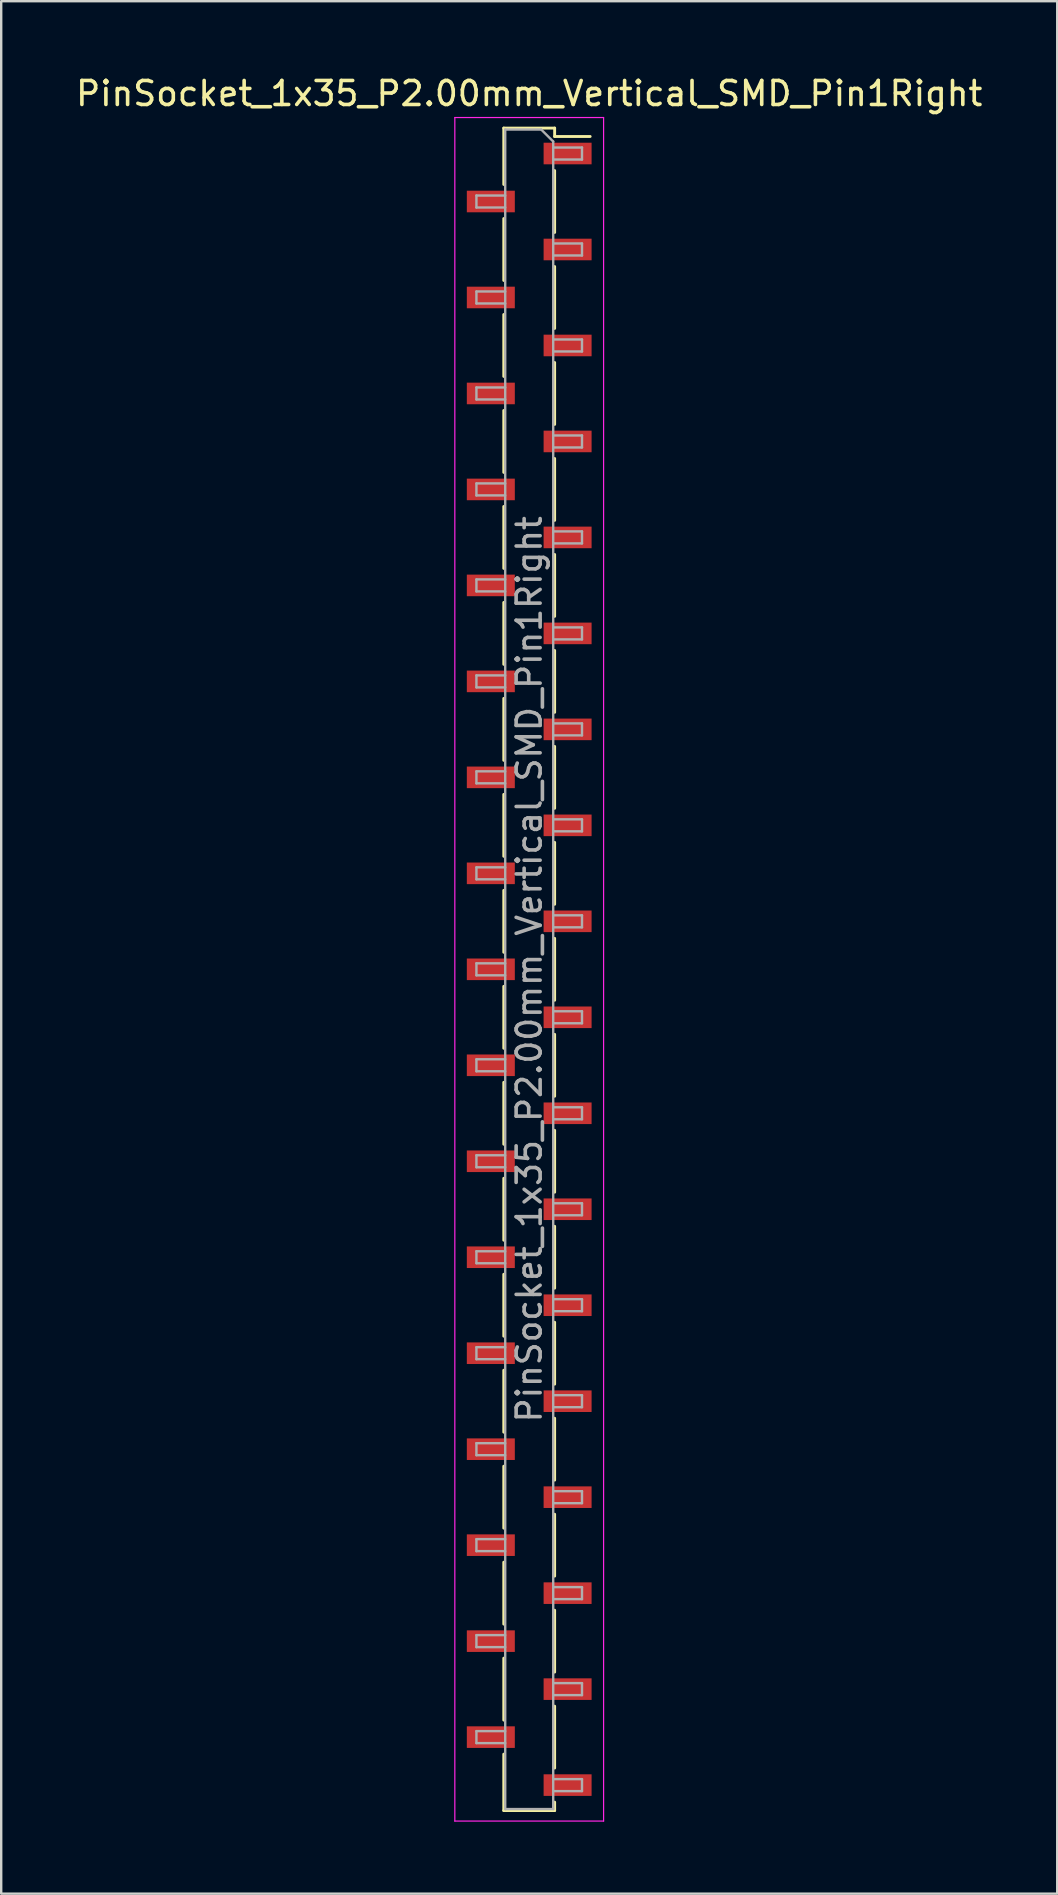
<source format=kicad_pcb>
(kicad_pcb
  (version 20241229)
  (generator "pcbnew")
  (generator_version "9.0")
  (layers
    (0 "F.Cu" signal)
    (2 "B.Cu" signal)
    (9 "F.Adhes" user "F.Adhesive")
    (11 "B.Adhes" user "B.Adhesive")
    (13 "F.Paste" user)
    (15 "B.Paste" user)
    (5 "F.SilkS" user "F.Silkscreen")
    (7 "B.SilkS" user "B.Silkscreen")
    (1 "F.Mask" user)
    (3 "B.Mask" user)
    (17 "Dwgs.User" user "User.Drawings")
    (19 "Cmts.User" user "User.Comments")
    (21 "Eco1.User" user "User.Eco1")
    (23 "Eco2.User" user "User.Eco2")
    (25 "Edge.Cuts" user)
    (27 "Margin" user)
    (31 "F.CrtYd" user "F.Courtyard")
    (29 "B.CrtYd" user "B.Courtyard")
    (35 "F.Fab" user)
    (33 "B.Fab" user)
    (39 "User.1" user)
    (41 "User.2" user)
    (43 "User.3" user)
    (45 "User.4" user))
  (footprint "PinSocket_1x35_P2.00mm_Vertical_SMD_Pin1Right"
    (layer "F.Cu")
    (at 19.006 37.348)
    (property "Reference" "PinSocket_1x35_P2.00mm_Vertical_SMD_Pin1Right" (at 0 -36.5 0) (layer "F.SilkS") (effects (font (size 1 1) (thickness 0.15))))
    (attr smd)
    (fp_line (start -1.06 -35.06) (end -1.06 -32.71) (stroke (width 0.12) (type solid)) (layer "F.SilkS"))
    (fp_line (start -1.06 -35.06) (end 1.06 -35.06) (stroke (width 0.12) (type solid)) (layer "F.SilkS"))
    (fp_line (start -1.06 -31.29) (end -1.06 -28.71) (stroke (width 0.12) (type solid)) (layer "F.SilkS"))
    (fp_line (start -1.06 -27.29) (end -1.06 -24.71) (stroke (width 0.12) (type solid)) (layer "F.SilkS"))
    (fp_line (start -1.06 -23.29) (end -1.06 -20.71) (stroke (width 0.12) (type solid)) (layer "F.SilkS"))
    (fp_line (start -1.06 -19.29) (end -1.06 -16.71) (stroke (width 0.12) (type solid)) (layer "F.SilkS"))
    (fp_line (start -1.06 -15.29) (end -1.06 -12.71) (stroke (width 0.12) (type solid)) (layer "F.SilkS"))
    (fp_line (start -1.06 -11.29) (end -1.06 -8.71) (stroke (width 0.12) (type solid)) (layer "F.SilkS"))
    (fp_line (start -1.06 -7.29) (end -1.06 -4.71) (stroke (width 0.12) (type solid)) (layer "F.SilkS"))
    (fp_line (start -1.06 -3.29) (end -1.06 -0.71) (stroke (width 0.12) (type solid)) (layer "F.SilkS"))
    (fp_line (start -1.06 0.71) (end -1.06 3.29) (stroke (width 0.12) (type solid)) (layer "F.SilkS"))
    (fp_line (start -1.06 4.71) (end -1.06 7.29) (stroke (width 0.12) (type solid)) (layer "F.SilkS"))
    (fp_line (start -1.06 8.71) (end -1.06 11.29) (stroke (width 0.12) (type solid)) (layer "F.SilkS"))
    (fp_line (start -1.06 12.71) (end -1.06 15.29) (stroke (width 0.12) (type solid)) (layer "F.SilkS"))
    (fp_line (start -1.06 16.71) (end -1.06 19.29) (stroke (width 0.12) (type solid)) (layer "F.SilkS"))
    (fp_line (start -1.06 20.71) (end -1.06 23.29) (stroke (width 0.12) (type solid)) (layer "F.SilkS"))
    (fp_line (start -1.06 24.71) (end -1.06 27.29) (stroke (width 0.12) (type solid)) (layer "F.SilkS"))
    (fp_line (start -1.06 28.71) (end -1.06 31.29) (stroke (width 0.12) (type solid)) (layer "F.SilkS"))
    (fp_line (start -1.06 32.71) (end -1.06 35.06) (stroke (width 0.12) (type solid)) (layer "F.SilkS"))
    (fp_line (start -1.06 35.06) (end 1.06 35.06) (stroke (width 0.12) (type solid)) (layer "F.SilkS"))
    (fp_line (start 1.06 -35.06) (end 1.06 -34.71) (stroke (width 0.12) (type solid)) (layer "F.SilkS"))
    (fp_line (start 1.06 -34.71) (end 2.54 -34.71) (stroke (width 0.12) (type solid)) (layer "F.SilkS"))
    (fp_line (start 1.06 -33.29) (end 1.06 -30.71) (stroke (width 0.12) (type solid)) (layer "F.SilkS"))
    (fp_line (start 1.06 -29.29) (end 1.06 -26.71) (stroke (width 0.12) (type solid)) (layer "F.SilkS"))
    (fp_line (start 1.06 -25.29) (end 1.06 -22.71) (stroke (width 0.12) (type solid)) (layer "F.SilkS"))
    (fp_line (start 1.06 -21.29) (end 1.06 -18.71) (stroke (width 0.12) (type solid)) (layer "F.SilkS"))
    (fp_line (start 1.06 -17.29) (end 1.06 -14.71) (stroke (width 0.12) (type solid)) (layer "F.SilkS"))
    (fp_line (start 1.06 -13.29) (end 1.06 -10.71) (stroke (width 0.12) (type solid)) (layer "F.SilkS"))
    (fp_line (start 1.06 -9.29) (end 1.06 -6.71) (stroke (width 0.12) (type solid)) (layer "F.SilkS"))
    (fp_line (start 1.06 -5.29) (end 1.06 -2.71) (stroke (width 0.12) (type solid)) (layer "F.SilkS"))
    (fp_line (start 1.06 -1.29) (end 1.06 1.29) (stroke (width 0.12) (type solid)) (layer "F.SilkS"))
    (fp_line (start 1.06 2.71) (end 1.06 5.29) (stroke (width 0.12) (type solid)) (layer "F.SilkS"))
    (fp_line (start 1.06 6.71) (end 1.06 9.29) (stroke (width 0.12) (type solid)) (layer "F.SilkS"))
    (fp_line (start 1.06 10.71) (end 1.06 13.29) (stroke (width 0.12) (type solid)) (layer "F.SilkS"))
    (fp_line (start 1.06 14.71) (end 1.06 17.29) (stroke (width 0.12) (type solid)) (layer "F.SilkS"))
    (fp_line (start 1.06 18.71) (end 1.06 21.29) (stroke (width 0.12) (type solid)) (layer "F.SilkS"))
    (fp_line (start 1.06 22.71) (end 1.06 25.29) (stroke (width 0.12) (type solid)) (layer "F.SilkS"))
    (fp_line (start 1.06 26.71) (end 1.06 29.29) (stroke (width 0.12) (type solid)) (layer "F.SilkS"))
    (fp_line (start 1.06 30.71) (end 1.06 33.29) (stroke (width 0.12) (type solid)) (layer "F.SilkS"))
    (fp_line (start 1.06 34.71) (end 1.06 35.06) (stroke (width 0.12) (type solid)) (layer "F.SilkS"))
    (fp_line (start -3.1 -35.5) (end 3.1 -35.5) (stroke (width 0.05) (type solid)) (layer "F.CrtYd"))
    (fp_line (start -3.1 35.5) (end -3.1 -35.5) (stroke (width 0.05) (type solid)) (layer "F.CrtYd"))
    (fp_line (start 3.1 -35.5) (end 3.1 35.5) (stroke (width 0.05) (type solid)) (layer "F.CrtYd"))
    (fp_line (start 3.1 35.5) (end -3.1 35.5) (stroke (width 0.05) (type solid)) (layer "F.CrtYd"))
    (fp_line (start -2.2 -32.25) (end -1 -32.25) (stroke (width 0.1) (type solid)) (layer "F.Fab"))
    (fp_line (start -2.2 -31.75) (end -2.2 -32.25) (stroke (width 0.1) (type solid)) (layer "F.Fab"))
    (fp_line (start -2.2 -28.25) (end -1 -28.25) (stroke (width 0.1) (type solid)) (layer "F.Fab"))
    (fp_line (start -2.2 -27.75) (end -2.2 -28.25) (stroke (width 0.1) (type solid)) (layer "F.Fab"))
    (fp_line (start -2.2 -24.25) (end -1 -24.25) (stroke (width 0.1) (type solid)) (layer "F.Fab"))
    (fp_line (start -2.2 -23.75) (end -2.2 -24.25) (stroke (width 0.1) (type solid)) (layer "F.Fab"))
    (fp_line (start -2.2 -20.25) (end -1 -20.25) (stroke (width 0.1) (type solid)) (layer "F.Fab"))
    (fp_line (start -2.2 -19.75) (end -2.2 -20.25) (stroke (width 0.1) (type solid)) (layer "F.Fab"))
    (fp_line (start -2.2 -16.25) (end -1 -16.25) (stroke (width 0.1) (type solid)) (layer "F.Fab"))
    (fp_line (start -2.2 -15.75) (end -2.2 -16.25) (stroke (width 0.1) (type solid)) (layer "F.Fab"))
    (fp_line (start -2.2 -12.25) (end -1 -12.25) (stroke (width 0.1) (type solid)) (layer "F.Fab"))
    (fp_line (start -2.2 -11.75) (end -2.2 -12.25) (stroke (width 0.1) (type solid)) (layer "F.Fab"))
    (fp_line (start -2.2 -8.25) (end -1 -8.25) (stroke (width 0.1) (type solid)) (layer "F.Fab"))
    (fp_line (start -2.2 -7.75) (end -2.2 -8.25) (stroke (width 0.1) (type solid)) (layer "F.Fab"))
    (fp_line (start -2.2 -4.25) (end -1 -4.25) (stroke (width 0.1) (type solid)) (layer "F.Fab"))
    (fp_line (start -2.2 -3.75) (end -2.2 -4.25) (stroke (width 0.1) (type solid)) (layer "F.Fab"))
    (fp_line (start -2.2 -0.25) (end -1 -0.25) (stroke (width 0.1) (type solid)) (layer "F.Fab"))
    (fp_line (start -2.2 0.25) (end -2.2 -0.25) (stroke (width 0.1) (type solid)) (layer "F.Fab"))
    (fp_line (start -2.2 3.75) (end -1 3.75) (stroke (width 0.1) (type solid)) (layer "F.Fab"))
    (fp_line (start -2.2 4.25) (end -2.2 3.75) (stroke (width 0.1) (type solid)) (layer "F.Fab"))
    (fp_line (start -2.2 7.75) (end -1 7.75) (stroke (width 0.1) (type solid)) (layer "F.Fab"))
    (fp_line (start -2.2 8.25) (end -2.2 7.75) (stroke (width 0.1) (type solid)) (layer "F.Fab"))
    (fp_line (start -2.2 11.75) (end -1 11.75) (stroke (width 0.1) (type solid)) (layer "F.Fab"))
    (fp_line (start -2.2 12.25) (end -2.2 11.75) (stroke (width 0.1) (type solid)) (layer "F.Fab"))
    (fp_line (start -2.2 15.75) (end -1 15.75) (stroke (width 0.1) (type solid)) (layer "F.Fab"))
    (fp_line (start -2.2 16.25) (end -2.2 15.75) (stroke (width 0.1) (type solid)) (layer "F.Fab"))
    (fp_line (start -2.2 19.75) (end -1 19.75) (stroke (width 0.1) (type solid)) (layer "F.Fab"))
    (fp_line (start -2.2 20.25) (end -2.2 19.75) (stroke (width 0.1) (type solid)) (layer "F.Fab"))
    (fp_line (start -2.2 23.75) (end -1 23.75) (stroke (width 0.1) (type solid)) (layer "F.Fab"))
    (fp_line (start -2.2 24.25) (end -2.2 23.75) (stroke (width 0.1) (type solid)) (layer "F.Fab"))
    (fp_line (start -2.2 27.75) (end -1 27.75) (stroke (width 0.1) (type solid)) (layer "F.Fab"))
    (fp_line (start -2.2 28.25) (end -2.2 27.75) (stroke (width 0.1) (type solid)) (layer "F.Fab"))
    (fp_line (start -2.2 31.75) (end -1 31.75) (stroke (width 0.1) (type solid)) (layer "F.Fab"))
    (fp_line (start -2.2 32.25) (end -2.2 31.75) (stroke (width 0.1) (type solid)) (layer "F.Fab"))
    (fp_line (start -1 -35) (end 0.5 -35) (stroke (width 0.1) (type solid)) (layer "F.Fab"))
    (fp_line (start -1 -31.75) (end -2.2 -31.75) (stroke (width 0.1) (type solid)) (layer "F.Fab"))
    (fp_line (start -1 -27.75) (end -2.2 -27.75) (stroke (width 0.1) (type solid)) (layer "F.Fab"))
    (fp_line (start -1 -23.75) (end -2.2 -23.75) (stroke (width 0.1) (type solid)) (layer "F.Fab"))
    (fp_line (start -1 -19.75) (end -2.2 -19.75) (stroke (width 0.1) (type solid)) (layer "F.Fab"))
    (fp_line (start -1 -15.75) (end -2.2 -15.75) (stroke (width 0.1) (type solid)) (layer "F.Fab"))
    (fp_line (start -1 -11.75) (end -2.2 -11.75) (stroke (width 0.1) (type solid)) (layer "F.Fab"))
    (fp_line (start -1 -7.75) (end -2.2 -7.75) (stroke (width 0.1) (type solid)) (layer "F.Fab"))
    (fp_line (start -1 -3.75) (end -2.2 -3.75) (stroke (width 0.1) (type solid)) (layer "F.Fab"))
    (fp_line (start -1 0.25) (end -2.2 0.25) (stroke (width 0.1) (type solid)) (layer "F.Fab"))
    (fp_line (start -1 4.25) (end -2.2 4.25) (stroke (width 0.1) (type solid)) (layer "F.Fab"))
    (fp_line (start -1 8.25) (end -2.2 8.25) (stroke (width 0.1) (type solid)) (layer "F.Fab"))
    (fp_line (start -1 12.25) (end -2.2 12.25) (stroke (width 0.1) (type solid)) (layer "F.Fab"))
    (fp_line (start -1 16.25) (end -2.2 16.25) (stroke (width 0.1) (type solid)) (layer "F.Fab"))
    (fp_line (start -1 20.25) (end -2.2 20.25) (stroke (width 0.1) (type solid)) (layer "F.Fab"))
    (fp_line (start -1 24.25) (end -2.2 24.25) (stroke (width 0.1) (type solid)) (layer "F.Fab"))
    (fp_line (start -1 28.25) (end -2.2 28.25) (stroke (width 0.1) (type solid)) (layer "F.Fab"))
    (fp_line (start -1 32.25) (end -2.2 32.25) (stroke (width 0.1) (type solid)) (layer "F.Fab"))
    (fp_line (start -1 35) (end -1 -35) (stroke (width 0.1) (type solid)) (layer "F.Fab"))
    (fp_line (start 0.5 -35) (end 1 -34.5) (stroke (width 0.1) (type solid)) (layer "F.Fab"))
    (fp_line (start 1 -34.5) (end 1 35) (stroke (width 0.1) (type solid)) (layer "F.Fab"))
    (fp_line (start 1 -34.25) (end 2.2 -34.25) (stroke (width 0.1) (type solid)) (layer "F.Fab"))
    (fp_line (start 1 -30.25) (end 2.2 -30.25) (stroke (width 0.1) (type solid)) (layer "F.Fab"))
    (fp_line (start 1 -26.25) (end 2.2 -26.25) (stroke (width 0.1) (type solid)) (layer "F.Fab"))
    (fp_line (start 1 -22.25) (end 2.2 -22.25) (stroke (width 0.1) (type solid)) (layer "F.Fab"))
    (fp_line (start 1 -18.25) (end 2.2 -18.25) (stroke (width 0.1) (type solid)) (layer "F.Fab"))
    (fp_line (start 1 -14.25) (end 2.2 -14.25) (stroke (width 0.1) (type solid)) (layer "F.Fab"))
    (fp_line (start 1 -10.25) (end 2.2 -10.25) (stroke (width 0.1) (type solid)) (layer "F.Fab"))
    (fp_line (start 1 -6.25) (end 2.2 -6.25) (stroke (width 0.1) (type solid)) (layer "F.Fab"))
    (fp_line (start 1 -2.25) (end 2.2 -2.25) (stroke (width 0.1) (type solid)) (layer "F.Fab"))
    (fp_line (start 1 1.75) (end 2.2 1.75) (stroke (width 0.1) (type solid)) (layer "F.Fab"))
    (fp_line (start 1 5.75) (end 2.2 5.75) (stroke (width 0.1) (type solid)) (layer "F.Fab"))
    (fp_line (start 1 9.75) (end 2.2 9.75) (stroke (width 0.1) (type solid)) (layer "F.Fab"))
    (fp_line (start 1 13.75) (end 2.2 13.75) (stroke (width 0.1) (type solid)) (layer "F.Fab"))
    (fp_line (start 1 17.75) (end 2.2 17.75) (stroke (width 0.1) (type solid)) (layer "F.Fab"))
    (fp_line (start 1 21.75) (end 2.2 21.75) (stroke (width 0.1) (type solid)) (layer "F.Fab"))
    (fp_line (start 1 25.75) (end 2.2 25.75) (stroke (width 0.1) (type solid)) (layer "F.Fab"))
    (fp_line (start 1 29.75) (end 2.2 29.75) (stroke (width 0.1) (type solid)) (layer "F.Fab"))
    (fp_line (start 1 33.75) (end 2.2 33.75) (stroke (width 0.1) (type solid)) (layer "F.Fab"))
    (fp_line (start 1 35) (end -1 35) (stroke (width 0.1) (type solid)) (layer "F.Fab"))
    (fp_line (start 2.2 -34.25) (end 2.2 -33.75) (stroke (width 0.1) (type solid)) (layer "F.Fab"))
    (fp_line (start 2.2 -33.75) (end 1 -33.75) (stroke (width 0.1) (type solid)) (layer "F.Fab"))
    (fp_line (start 2.2 -30.25) (end 2.2 -29.75) (stroke (width 0.1) (type solid)) (layer "F.Fab"))
    (fp_line (start 2.2 -29.75) (end 1 -29.75) (stroke (width 0.1) (type solid)) (layer "F.Fab"))
    (fp_line (start 2.2 -26.25) (end 2.2 -25.75) (stroke (width 0.1) (type solid)) (layer "F.Fab"))
    (fp_line (start 2.2 -25.75) (end 1 -25.75) (stroke (width 0.1) (type solid)) (layer "F.Fab"))
    (fp_line (start 2.2 -22.25) (end 2.2 -21.75) (stroke (width 0.1) (type solid)) (layer "F.Fab"))
    (fp_line (start 2.2 -21.75) (end 1 -21.75) (stroke (width 0.1) (type solid)) (layer "F.Fab"))
    (fp_line (start 2.2 -18.25) (end 2.2 -17.75) (stroke (width 0.1) (type solid)) (layer "F.Fab"))
    (fp_line (start 2.2 -17.75) (end 1 -17.75) (stroke (width 0.1) (type solid)) (layer "F.Fab"))
    (fp_line (start 2.2 -14.25) (end 2.2 -13.75) (stroke (width 0.1) (type solid)) (layer "F.Fab"))
    (fp_line (start 2.2 -13.75) (end 1 -13.75) (stroke (width 0.1) (type solid)) (layer "F.Fab"))
    (fp_line (start 2.2 -10.25) (end 2.2 -9.75) (stroke (width 0.1) (type solid)) (layer "F.Fab"))
    (fp_line (start 2.2 -9.75) (end 1 -9.75) (stroke (width 0.1) (type solid)) (layer "F.Fab"))
    (fp_line (start 2.2 -6.25) (end 2.2 -5.75) (stroke (width 0.1) (type solid)) (layer "F.Fab"))
    (fp_line (start 2.2 -5.75) (end 1 -5.75) (stroke (width 0.1) (type solid)) (layer "F.Fab"))
    (fp_line (start 2.2 -2.25) (end 2.2 -1.75) (stroke (width 0.1) (type solid)) (layer "F.Fab"))
    (fp_line (start 2.2 -1.75) (end 1 -1.75) (stroke (width 0.1) (type solid)) (layer "F.Fab"))
    (fp_line (start 2.2 1.75) (end 2.2 2.25) (stroke (width 0.1) (type solid)) (layer "F.Fab"))
    (fp_line (start 2.2 2.25) (end 1 2.25) (stroke (width 0.1) (type solid)) (layer "F.Fab"))
    (fp_line (start 2.2 5.75) (end 2.2 6.25) (stroke (width 0.1) (type solid)) (layer "F.Fab"))
    (fp_line (start 2.2 6.25) (end 1 6.25) (stroke (width 0.1) (type solid)) (layer "F.Fab"))
    (fp_line (start 2.2 9.75) (end 2.2 10.25) (stroke (width 0.1) (type solid)) (layer "F.Fab"))
    (fp_line (start 2.2 10.25) (end 1 10.25) (stroke (width 0.1) (type solid)) (layer "F.Fab"))
    (fp_line (start 2.2 13.75) (end 2.2 14.25) (stroke (width 0.1) (type solid)) (layer "F.Fab"))
    (fp_line (start 2.2 14.25) (end 1 14.25) (stroke (width 0.1) (type solid)) (layer "F.Fab"))
    (fp_line (start 2.2 17.75) (end 2.2 18.25) (stroke (width 0.1) (type solid)) (layer "F.Fab"))
    (fp_line (start 2.2 18.25) (end 1 18.25) (stroke (width 0.1) (type solid)) (layer "F.Fab"))
    (fp_line (start 2.2 21.75) (end 2.2 22.25) (stroke (width 0.1) (type solid)) (layer "F.Fab"))
    (fp_line (start 2.2 22.25) (end 1 22.25) (stroke (width 0.1) (type solid)) (layer "F.Fab"))
    (fp_line (start 2.2 25.75) (end 2.2 26.25) (stroke (width 0.1) (type solid)) (layer "F.Fab"))
    (fp_line (start 2.2 26.25) (end 1 26.25) (stroke (width 0.1) (type solid)) (layer "F.Fab"))
    (fp_line (start 2.2 29.75) (end 2.2 30.25) (stroke (width 0.1) (type solid)) (layer "F.Fab"))
    (fp_line (start 2.2 30.25) (end 1 30.25) (stroke (width 0.1) (type solid)) (layer "F.Fab"))
    (fp_line (start 2.2 33.75) (end 2.2 34.25) (stroke (width 0.1) (type solid)) (layer "F.Fab"))
    (fp_line (start 2.2 34.25) (end 1 34.25) (stroke (width 0.1) (type solid)) (layer "F.Fab"))
    (fp_text user "${REFERENCE}" (at 0 0 90) (layer "F.Fab") (effects (font (size 1 1) (thickness 0.15))))
    (pad "1" smd rect (at 1.6 -34) (size 2 0.9) (layers "F.Cu" "F.Mask" "F.Paste"))
    (pad "2" smd rect (at -1.6 -32) (size 2 0.9) (layers "F.Cu" "F.Mask" "F.Paste"))
    (pad "3" smd rect (at 1.6 -30) (size 2 0.9) (layers "F.Cu" "F.Mask" "F.Paste"))
    (pad "4" smd rect (at -1.6 -28) (size 2 0.9) (layers "F.Cu" "F.Mask" "F.Paste"))
    (pad "5" smd rect (at 1.6 -26) (size 2 0.9) (layers "F.Cu" "F.Mask" "F.Paste"))
    (pad "6" smd rect (at -1.6 -24) (size 2 0.9) (layers "F.Cu" "F.Mask" "F.Paste"))
    (pad "7" smd rect (at 1.6 -22) (size 2 0.9) (layers "F.Cu" "F.Mask" "F.Paste"))
    (pad "8" smd rect (at -1.6 -20) (size 2 0.9) (layers "F.Cu" "F.Mask" "F.Paste"))
    (pad "9" smd rect (at 1.6 -18) (size 2 0.9) (layers "F.Cu" "F.Mask" "F.Paste"))
    (pad "10" smd rect (at -1.6 -16) (size 2 0.9) (layers "F.Cu" "F.Mask" "F.Paste"))
    (pad "11" smd rect (at 1.6 -14) (size 2 0.9) (layers "F.Cu" "F.Mask" "F.Paste"))
    (pad "12" smd rect (at -1.6 -12) (size 2 0.9) (layers "F.Cu" "F.Mask" "F.Paste"))
    (pad "13" smd rect (at 1.6 -10) (size 2 0.9) (layers "F.Cu" "F.Mask" "F.Paste"))
    (pad "14" smd rect (at -1.6 -8) (size 2 0.9) (layers "F.Cu" "F.Mask" "F.Paste"))
    (pad "15" smd rect (at 1.6 -6) (size 2 0.9) (layers "F.Cu" "F.Mask" "F.Paste"))
    (pad "16" smd rect (at -1.6 -4) (size 2 0.9) (layers "F.Cu" "F.Mask" "F.Paste"))
    (pad "17" smd rect (at 1.6 -2) (size 2 0.9) (layers "F.Cu" "F.Mask" "F.Paste"))
    (pad "18" smd rect (at -1.6 0) (size 2 0.9) (layers "F.Cu" "F.Mask" "F.Paste"))
    (pad "19" smd rect (at 1.6 2) (size 2 0.9) (layers "F.Cu" "F.Mask" "F.Paste"))
    (pad "20" smd rect (at -1.6 4) (size 2 0.9) (layers "F.Cu" "F.Mask" "F.Paste"))
    (pad "21" smd rect (at 1.6 6) (size 2 0.9) (layers "F.Cu" "F.Mask" "F.Paste"))
    (pad "22" smd rect (at -1.6 8) (size 2 0.9) (layers "F.Cu" "F.Mask" "F.Paste"))
    (pad "23" smd rect (at 1.6 10) (size 2 0.9) (layers "F.Cu" "F.Mask" "F.Paste"))
    (pad "24" smd rect (at -1.6 12) (size 2 0.9) (layers "F.Cu" "F.Mask" "F.Paste"))
    (pad "25" smd rect (at 1.6 14) (size 2 0.9) (layers "F.Cu" "F.Mask" "F.Paste"))
    (pad "26" smd rect (at -1.6 16) (size 2 0.9) (layers "F.Cu" "F.Mask" "F.Paste"))
    (pad "27" smd rect (at 1.6 18) (size 2 0.9) (layers "F.Cu" "F.Mask" "F.Paste"))
    (pad "28" smd rect (at -1.6 20) (size 2 0.9) (layers "F.Cu" "F.Mask" "F.Paste"))
    (pad "29" smd rect (at 1.6 22) (size 2 0.9) (layers "F.Cu" "F.Mask" "F.Paste"))
    (pad "30" smd rect (at -1.6 24) (size 2 0.9) (layers "F.Cu" "F.Mask" "F.Paste"))
    (pad "31" smd rect (at 1.6 26) (size 2 0.9) (layers "F.Cu" "F.Mask" "F.Paste"))
    (pad "32" smd rect (at -1.6 28) (size 2 0.9) (layers "F.Cu" "F.Mask" "F.Paste"))
    (pad "33" smd rect (at 1.6 30) (size 2 0.9) (layers "F.Cu" "F.Mask" "F.Paste"))
    (pad "34" smd rect (at -1.6 32) (size 2 0.9) (layers "F.Cu" "F.Mask" "F.Paste"))
    (pad "35" smd rect (at 1.6 34) (size 2 0.9) (layers "F.Cu" "F.Mask" "F.Paste")))
  (gr_rect
    (start -3 -3)
    (end 41.012 75.873)
    (stroke (width 0.1) (type default))
    (fill no)
    (layer "Edge.Cuts")))
</source>
